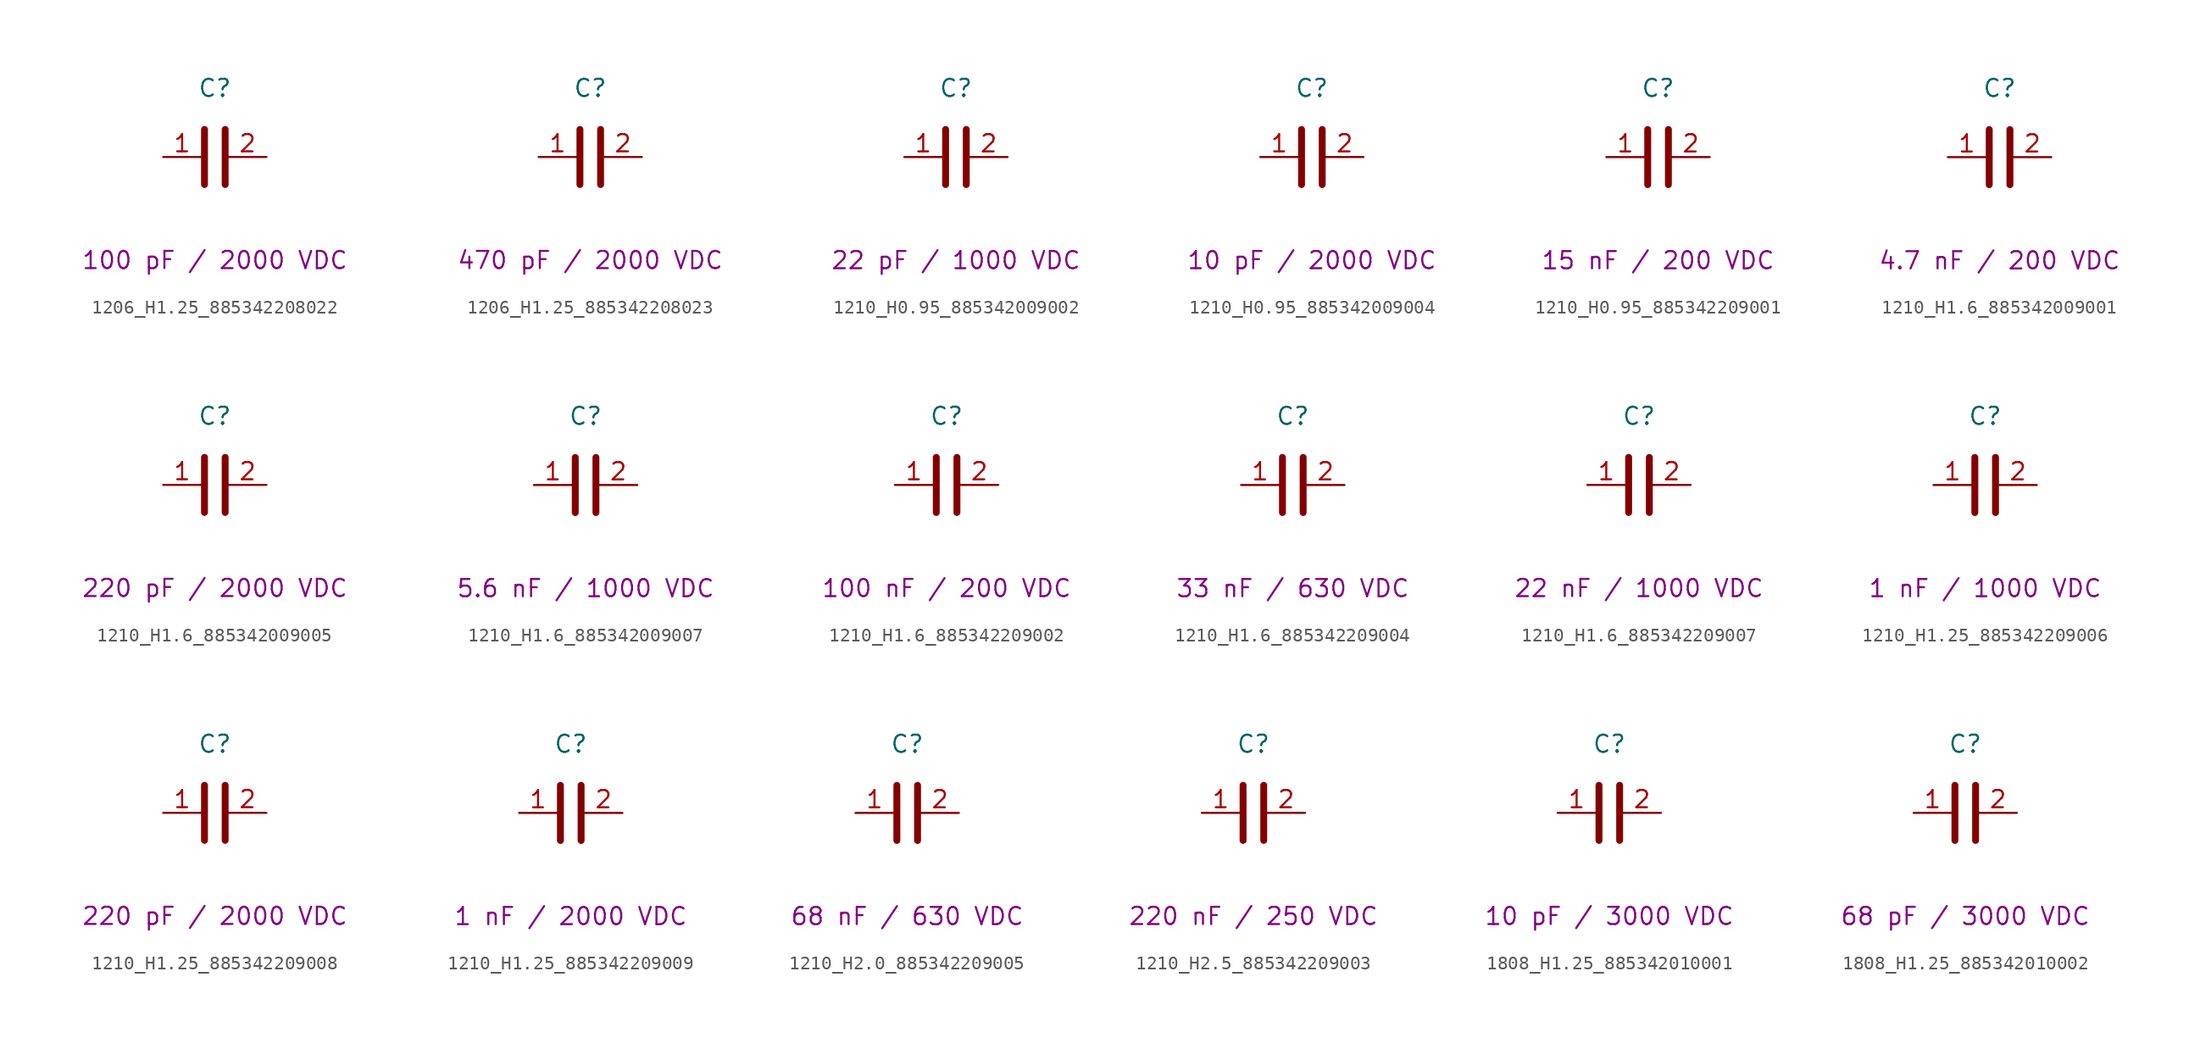
<source format=kicad_sym>
(kicad_symbol_lib
  (version 20220914)
  (generator kicad_symbol_editor)
  (symbol "1206_H1.25_885342208022"
    (pin_names hide)
    (property "Reference" "C"
      (at 0 5.08 0)
      (effects (font (size 1.27 1.27))))
    (property "Critical Parameter" "100 pF / 2000 VDC"
      (at 0 -7.62 0)
      (effects (font (size 1.27 1.27))))
    (symbol "1206_H1.25_885342208022_0_1"
      (polyline (pts (xy -0.762 -2.032) (xy -0.762 2.032)) (stroke (width 0.508) (type default)) (fill (type none)))
      (polyline (pts (xy 0.762 -2.032) (xy 0.762 2.032)) (stroke (width 0.508) (type default)) (fill (type none))))
    (symbol "1206_H1.25_885342208022_1_1"
      (pin passive line (at -3.81 0 0) (length 2.794) (name "1" (effects (font (size 1.27 1.27)))) (number "1" (effects (font (size 1.27 1.27)))))
      (pin passive line (at 3.81 0 180) (length 2.794) (name "2" (effects (font (size 1.27 1.27)))) (number "2" (effects (font (size 1.27 1.27)))))))
  (symbol "1206_H1.25_885342208023"
    (pin_names hide)
    (property "Reference" "C"
      (at 0 5.08 0)
      (effects (font (size 1.27 1.27))))
    (property "Critical Parameter" "470 pF / 2000 VDC"
      (at 0 -7.62 0)
      (effects (font (size 1.27 1.27))))
    (symbol "1206_H1.25_885342208023_0_1"
      (polyline (pts (xy -0.762 -2.032) (xy -0.762 2.032)) (stroke (width 0.508) (type default)) (fill (type none)))
      (polyline (pts (xy 0.762 -2.032) (xy 0.762 2.032)) (stroke (width 0.508) (type default)) (fill (type none))))
    (symbol "1206_H1.25_885342208023_1_1"
      (pin passive line (at -3.81 0 0) (length 2.794) (name "1" (effects (font (size 1.27 1.27)))) (number "1" (effects (font (size 1.27 1.27)))))
      (pin passive line (at 3.81 0 180) (length 2.794) (name "2" (effects (font (size 1.27 1.27)))) (number "2" (effects (font (size 1.27 1.27)))))))
  (symbol "1210_H0.95_885342009002"
    (pin_names hide)
    (property "Reference" "C"
      (at 0 5.08 0)
      (effects (font (size 1.27 1.27))))
    (property "Critical Parameter" "22 pF / 1000 VDC"
      (at 0 -7.62 0)
      (effects (font (size 1.27 1.27))))
    (symbol "1210_H0.95_885342009002_0_1"
      (polyline (pts (xy -0.762 -2.032) (xy -0.762 2.032)) (stroke (width 0.508) (type default)) (fill (type none)))
      (polyline (pts (xy 0.762 -2.032) (xy 0.762 2.032)) (stroke (width 0.508) (type default)) (fill (type none))))
    (symbol "1210_H0.95_885342009002_1_1"
      (pin passive line (at -3.81 0 0) (length 2.794) (name "1" (effects (font (size 1.27 1.27)))) (number "1" (effects (font (size 1.27 1.27)))))
      (pin passive line (at 3.81 0 180) (length 2.794) (name "2" (effects (font (size 1.27 1.27)))) (number "2" (effects (font (size 1.27 1.27)))))))
  (symbol "1210_H0.95_885342009004"
    (pin_names hide)
    (property "Reference" "C"
      (at 0 5.08 0)
      (effects (font (size 1.27 1.27))))
    (property "Critical Parameter" "10 pF / 2000 VDC"
      (at 0 -7.62 0)
      (effects (font (size 1.27 1.27))))
    (symbol "1210_H0.95_885342009004_0_1"
      (polyline (pts (xy -0.762 -2.032) (xy -0.762 2.032)) (stroke (width 0.508) (type default)) (fill (type none)))
      (polyline (pts (xy 0.762 -2.032) (xy 0.762 2.032)) (stroke (width 0.508) (type default)) (fill (type none))))
    (symbol "1210_H0.95_885342009004_1_1"
      (pin passive line (at -3.81 0 0) (length 2.794) (name "1" (effects (font (size 1.27 1.27)))) (number "1" (effects (font (size 1.27 1.27)))))
      (pin passive line (at 3.81 0 180) (length 2.794) (name "2" (effects (font (size 1.27 1.27)))) (number "2" (effects (font (size 1.27 1.27)))))))
  (symbol "1210_H0.95_885342209001"
    (pin_names hide)
    (property "Reference" "C"
      (at 0 5.08 0)
      (effects (font (size 1.27 1.27))))
    (property "Critical Parameter" "15 nF / 200 VDC"
      (at 0 -7.62 0)
      (effects (font (size 1.27 1.27))))
    (symbol "1210_H0.95_885342209001_0_1"
      (polyline (pts (xy -0.762 -2.032) (xy -0.762 2.032)) (stroke (width 0.508) (type default)) (fill (type none)))
      (polyline (pts (xy 0.762 -2.032) (xy 0.762 2.032)) (stroke (width 0.508) (type default)) (fill (type none))))
    (symbol "1210_H0.95_885342209001_1_1"
      (pin passive line (at -3.81 0 0) (length 2.794) (name "1" (effects (font (size 1.27 1.27)))) (number "1" (effects (font (size 1.27 1.27)))))
      (pin passive line (at 3.81 0 180) (length 2.794) (name "2" (effects (font (size 1.27 1.27)))) (number "2" (effects (font (size 1.27 1.27)))))))
  (symbol "1210_H1.6_885342009001"
    (pin_names hide)
    (property "Reference" "C"
      (at 0 5.08 0)
      (effects (font (size 1.27 1.27))))
    (property "Critical Parameter" "4.7 nF / 200 VDC"
      (at 0 -7.62 0)
      (effects (font (size 1.27 1.27))))
    (symbol "1210_H1.6_885342009001_0_1"
      (polyline (pts (xy -0.762 -2.032) (xy -0.762 2.032)) (stroke (width 0.508) (type default)) (fill (type none)))
      (polyline (pts (xy 0.762 -2.032) (xy 0.762 2.032)) (stroke (width 0.508) (type default)) (fill (type none))))
    (symbol "1210_H1.6_885342009001_1_1"
      (pin passive line (at -3.81 0 0) (length 2.794) (name "1" (effects (font (size 1.27 1.27)))) (number "1" (effects (font (size 1.27 1.27)))))
      (pin passive line (at 3.81 0 180) (length 2.794) (name "2" (effects (font (size 1.27 1.27)))) (number "2" (effects (font (size 1.27 1.27)))))))
  (symbol "1210_H1.6_885342009005"
    (pin_names hide)
    (property "Reference" "C"
      (at 0 5.08 0)
      (effects (font (size 1.27 1.27))))
    (property "Critical Parameter" "220 pF / 2000 VDC"
      (at 0 -7.62 0)
      (effects (font (size 1.27 1.27))))
    (symbol "1210_H1.6_885342009005_0_1"
      (polyline (pts (xy -0.762 -2.032) (xy -0.762 2.032)) (stroke (width 0.508) (type default)) (fill (type none)))
      (polyline (pts (xy 0.762 -2.032) (xy 0.762 2.032)) (stroke (width 0.508) (type default)) (fill (type none))))
    (symbol "1210_H1.6_885342009005_1_1"
      (pin passive line (at -3.81 0 0) (length 2.794) (name "1" (effects (font (size 1.27 1.27)))) (number "1" (effects (font (size 1.27 1.27)))))
      (pin passive line (at 3.81 0 180) (length 2.794) (name "2" (effects (font (size 1.27 1.27)))) (number "2" (effects (font (size 1.27 1.27)))))))
  (symbol "1210_H1.6_885342009007"
    (pin_names hide)
    (property "Reference" "C"
      (at 0 5.08 0)
      (effects (font (size 1.27 1.27))))
    (property "Critical Parameter" "5.6 nF / 1000 VDC"
      (at 0 -7.62 0)
      (effects (font (size 1.27 1.27))))
    (symbol "1210_H1.6_885342009007_0_1"
      (polyline (pts (xy -0.762 -2.032) (xy -0.762 2.032)) (stroke (width 0.508) (type default)) (fill (type none)))
      (polyline (pts (xy 0.762 -2.032) (xy 0.762 2.032)) (stroke (width 0.508) (type default)) (fill (type none))))
    (symbol "1210_H1.6_885342009007_1_1"
      (pin passive line (at -3.81 0 0) (length 2.794) (name "1" (effects (font (size 1.27 1.27)))) (number "1" (effects (font (size 1.27 1.27)))))
      (pin passive line (at 3.81 0 180) (length 2.794) (name "2" (effects (font (size 1.27 1.27)))) (number "2" (effects (font (size 1.27 1.27)))))))
  (symbol "1210_H1.6_885342209002"
    (pin_names hide)
    (property "Reference" "C"
      (at 0 5.08 0)
      (effects (font (size 1.27 1.27))))
    (property "Critical Parameter" "100 nF / 200 VDC"
      (at 0 -7.62 0)
      (effects (font (size 1.27 1.27))))
    (symbol "1210_H1.6_885342209002_0_1"
      (polyline (pts (xy -0.762 -2.032) (xy -0.762 2.032)) (stroke (width 0.508) (type default)) (fill (type none)))
      (polyline (pts (xy 0.762 -2.032) (xy 0.762 2.032)) (stroke (width 0.508) (type default)) (fill (type none))))
    (symbol "1210_H1.6_885342209002_1_1"
      (pin passive line (at -3.81 0 0) (length 2.794) (name "1" (effects (font (size 1.27 1.27)))) (number "1" (effects (font (size 1.27 1.27)))))
      (pin passive line (at 3.81 0 180) (length 2.794) (name "2" (effects (font (size 1.27 1.27)))) (number "2" (effects (font (size 1.27 1.27)))))))
  (symbol "1210_H1.6_885342209004"
    (pin_names hide)
    (property "Reference" "C"
      (at 0 5.08 0)
      (effects (font (size 1.27 1.27))))
    (property "Critical Parameter" "33 nF / 630 VDC"
      (at 0 -7.62 0)
      (effects (font (size 1.27 1.27))))
    (symbol "1210_H1.6_885342209004_0_1"
      (polyline (pts (xy -0.762 -2.032) (xy -0.762 2.032)) (stroke (width 0.508) (type default)) (fill (type none)))
      (polyline (pts (xy 0.762 -2.032) (xy 0.762 2.032)) (stroke (width 0.508) (type default)) (fill (type none))))
    (symbol "1210_H1.6_885342209004_1_1"
      (pin passive line (at -3.81 0 0) (length 2.794) (name "1" (effects (font (size 1.27 1.27)))) (number "1" (effects (font (size 1.27 1.27)))))
      (pin passive line (at 3.81 0 180) (length 2.794) (name "2" (effects (font (size 1.27 1.27)))) (number "2" (effects (font (size 1.27 1.27)))))))
  (symbol "1210_H1.6_885342209007"
    (pin_names hide)
    (property "Reference" "C"
      (at 0 5.08 0)
      (effects (font (size 1.27 1.27))))
    (property "Critical Parameter" "22 nF / 1000 VDC"
      (at 0 -7.62 0)
      (effects (font (size 1.27 1.27))))
    (symbol "1210_H1.6_885342209007_0_1"
      (polyline (pts (xy -0.762 -2.032) (xy -0.762 2.032)) (stroke (width 0.508) (type default)) (fill (type none)))
      (polyline (pts (xy 0.762 -2.032) (xy 0.762 2.032)) (stroke (width 0.508) (type default)) (fill (type none))))
    (symbol "1210_H1.6_885342209007_1_1"
      (pin passive line (at -3.81 0 0) (length 2.794) (name "1" (effects (font (size 1.27 1.27)))) (number "1" (effects (font (size 1.27 1.27)))))
      (pin passive line (at 3.81 0 180) (length 2.794) (name "2" (effects (font (size 1.27 1.27)))) (number "2" (effects (font (size 1.27 1.27)))))))
  (symbol "1210_H1.25_885342209006"
    (pin_names hide)
    (property "Reference" "C"
      (at 0 5.08 0)
      (effects (font (size 1.27 1.27))))
    (property "Critical Parameter" "1 nF / 1000 VDC"
      (at 0 -7.62 0)
      (effects (font (size 1.27 1.27))))
    (symbol "1210_H1.25_885342209006_0_1"
      (polyline (pts (xy -0.762 -2.032) (xy -0.762 2.032)) (stroke (width 0.508) (type default)) (fill (type none)))
      (polyline (pts (xy 0.762 -2.032) (xy 0.762 2.032)) (stroke (width 0.508) (type default)) (fill (type none))))
    (symbol "1210_H1.25_885342209006_1_1"
      (pin passive line (at -3.81 0 0) (length 2.794) (name "1" (effects (font (size 1.27 1.27)))) (number "1" (effects (font (size 1.27 1.27)))))
      (pin passive line (at 3.81 0 180) (length 2.794) (name "2" (effects (font (size 1.27 1.27)))) (number "2" (effects (font (size 1.27 1.27)))))))
  (symbol "1210_H1.25_885342209008"
    (pin_names hide)
    (property "Reference" "C"
      (at 0 5.08 0)
      (effects (font (size 1.27 1.27))))
    (property "Critical Parameter" "220 pF / 2000 VDC"
      (at 0 -7.62 0)
      (effects (font (size 1.27 1.27))))
    (symbol "1210_H1.25_885342209008_0_1"
      (polyline (pts (xy -0.762 -2.032) (xy -0.762 2.032)) (stroke (width 0.508) (type default)) (fill (type none)))
      (polyline (pts (xy 0.762 -2.032) (xy 0.762 2.032)) (stroke (width 0.508) (type default)) (fill (type none))))
    (symbol "1210_H1.25_885342209008_1_1"
      (pin passive line (at -3.81 0 0) (length 2.794) (name "1" (effects (font (size 1.27 1.27)))) (number "1" (effects (font (size 1.27 1.27)))))
      (pin passive line (at 3.81 0 180) (length 2.794) (name "2" (effects (font (size 1.27 1.27)))) (number "2" (effects (font (size 1.27 1.27)))))))
  (symbol "1210_H1.25_885342209009"
    (pin_names hide)
    (property "Reference" "C"
      (at 0 5.08 0)
      (effects (font (size 1.27 1.27))))
    (property "Critical Parameter" "1 nF / 2000 VDC"
      (at 0 -7.62 0)
      (effects (font (size 1.27 1.27))))
    (symbol "1210_H1.25_885342209009_0_1"
      (polyline (pts (xy -0.762 -2.032) (xy -0.762 2.032)) (stroke (width 0.508) (type default)) (fill (type none)))
      (polyline (pts (xy 0.762 -2.032) (xy 0.762 2.032)) (stroke (width 0.508) (type default)) (fill (type none))))
    (symbol "1210_H1.25_885342209009_1_1"
      (pin passive line (at -3.81 0 0) (length 2.794) (name "1" (effects (font (size 1.27 1.27)))) (number "1" (effects (font (size 1.27 1.27)))))
      (pin passive line (at 3.81 0 180) (length 2.794) (name "2" (effects (font (size 1.27 1.27)))) (number "2" (effects (font (size 1.27 1.27)))))))
  (symbol "1210_H2.0_885342209005"
    (pin_names hide)
    (property "Reference" "C"
      (at 0 5.08 0)
      (effects (font (size 1.27 1.27))))
    (property "Critical Parameter" "68 nF / 630 VDC"
      (at 0 -7.62 0)
      (effects (font (size 1.27 1.27))))
    (symbol "1210_H2.0_885342209005_0_1"
      (polyline (pts (xy -0.762 -2.032) (xy -0.762 2.032)) (stroke (width 0.508) (type default)) (fill (type none)))
      (polyline (pts (xy 0.762 -2.032) (xy 0.762 2.032)) (stroke (width 0.508) (type default)) (fill (type none))))
    (symbol "1210_H2.0_885342209005_1_1"
      (pin passive line (at -3.81 0 0) (length 2.794) (name "1" (effects (font (size 1.27 1.27)))) (number "1" (effects (font (size 1.27 1.27)))))
      (pin passive line (at 3.81 0 180) (length 2.794) (name "2" (effects (font (size 1.27 1.27)))) (number "2" (effects (font (size 1.27 1.27)))))))
  (symbol "1210_H2.5_885342209003"
    (pin_names hide)
    (property "Reference" "C"
      (at 0 5.08 0)
      (effects (font (size 1.27 1.27))))
    (property "Critical Parameter" "220 nF / 250 VDC"
      (at 0 -7.62 0)
      (effects (font (size 1.27 1.27))))
    (symbol "1210_H2.5_885342209003_0_1"
      (polyline (pts (xy -0.762 -2.032) (xy -0.762 2.032)) (stroke (width 0.508) (type default)) (fill (type none)))
      (polyline (pts (xy 0.762 -2.032) (xy 0.762 2.032)) (stroke (width 0.508) (type default)) (fill (type none))))
    (symbol "1210_H2.5_885342209003_1_1"
      (pin passive line (at -3.81 0 0) (length 2.794) (name "1" (effects (font (size 1.27 1.27)))) (number "1" (effects (font (size 1.27 1.27)))))
      (pin passive line (at 3.81 0 180) (length 2.794) (name "2" (effects (font (size 1.27 1.27)))) (number "2" (effects (font (size 1.27 1.27)))))))
  (symbol "1808_H1.25_885342010001"
    (pin_names hide)
    (property "Reference" "C"
      (at 0 5.08 0)
      (effects (font (size 1.27 1.27))))
    (property "Critical Parameter" "10 pF / 3000 VDC"
      (at 0 -7.62 0)
      (effects (font (size 1.27 1.27))))
    (symbol "1808_H1.25_885342010001_0_1"
      (polyline (pts (xy -0.762 -2.032) (xy -0.762 2.032)) (stroke (width 0.508) (type default)) (fill (type none)))
      (polyline (pts (xy 0.762 -2.032) (xy 0.762 2.032)) (stroke (width 0.508) (type default)) (fill (type none))))
    (symbol "1808_H1.25_885342010001_1_1"
      (pin passive line (at -3.81 0 0) (length 2.794) (name "1" (effects (font (size 1.27 1.27)))) (number "1" (effects (font (size 1.27 1.27)))))
      (pin passive line (at 3.81 0 180) (length 2.794) (name "2" (effects (font (size 1.27 1.27)))) (number "2" (effects (font (size 1.27 1.27)))))))
  (symbol "1808_H1.25_885342010002"
    (pin_names hide)
    (property "Reference" "C"
      (at 0 5.08 0)
      (effects (font (size 1.27 1.27))))
    (property "Critical Parameter" "68 pF / 3000 VDC"
      (at 0 -7.62 0)
      (effects (font (size 1.27 1.27))))
    (symbol "1808_H1.25_885342010002_0_1"
      (polyline (pts (xy -0.762 -2.032) (xy -0.762 2.032)) (stroke (width 0.508) (type default)) (fill (type none)))
      (polyline (pts (xy 0.762 -2.032) (xy 0.762 2.032)) (stroke (width 0.508) (type default)) (fill (type none))))
    (symbol "1808_H1.25_885342010002_1_1"
      (pin passive line (at -3.81 0 0) (length 2.794) (name "1" (effects (font (size 1.27 1.27)))) (number "1" (effects (font (size 1.27 1.27)))))
      (pin passive line (at 3.81 0 180) (length 2.794) (name "2" (effects (font (size 1.27 1.27)))) (number "2" (effects (font (size 1.27 1.27))))))))
</source>
